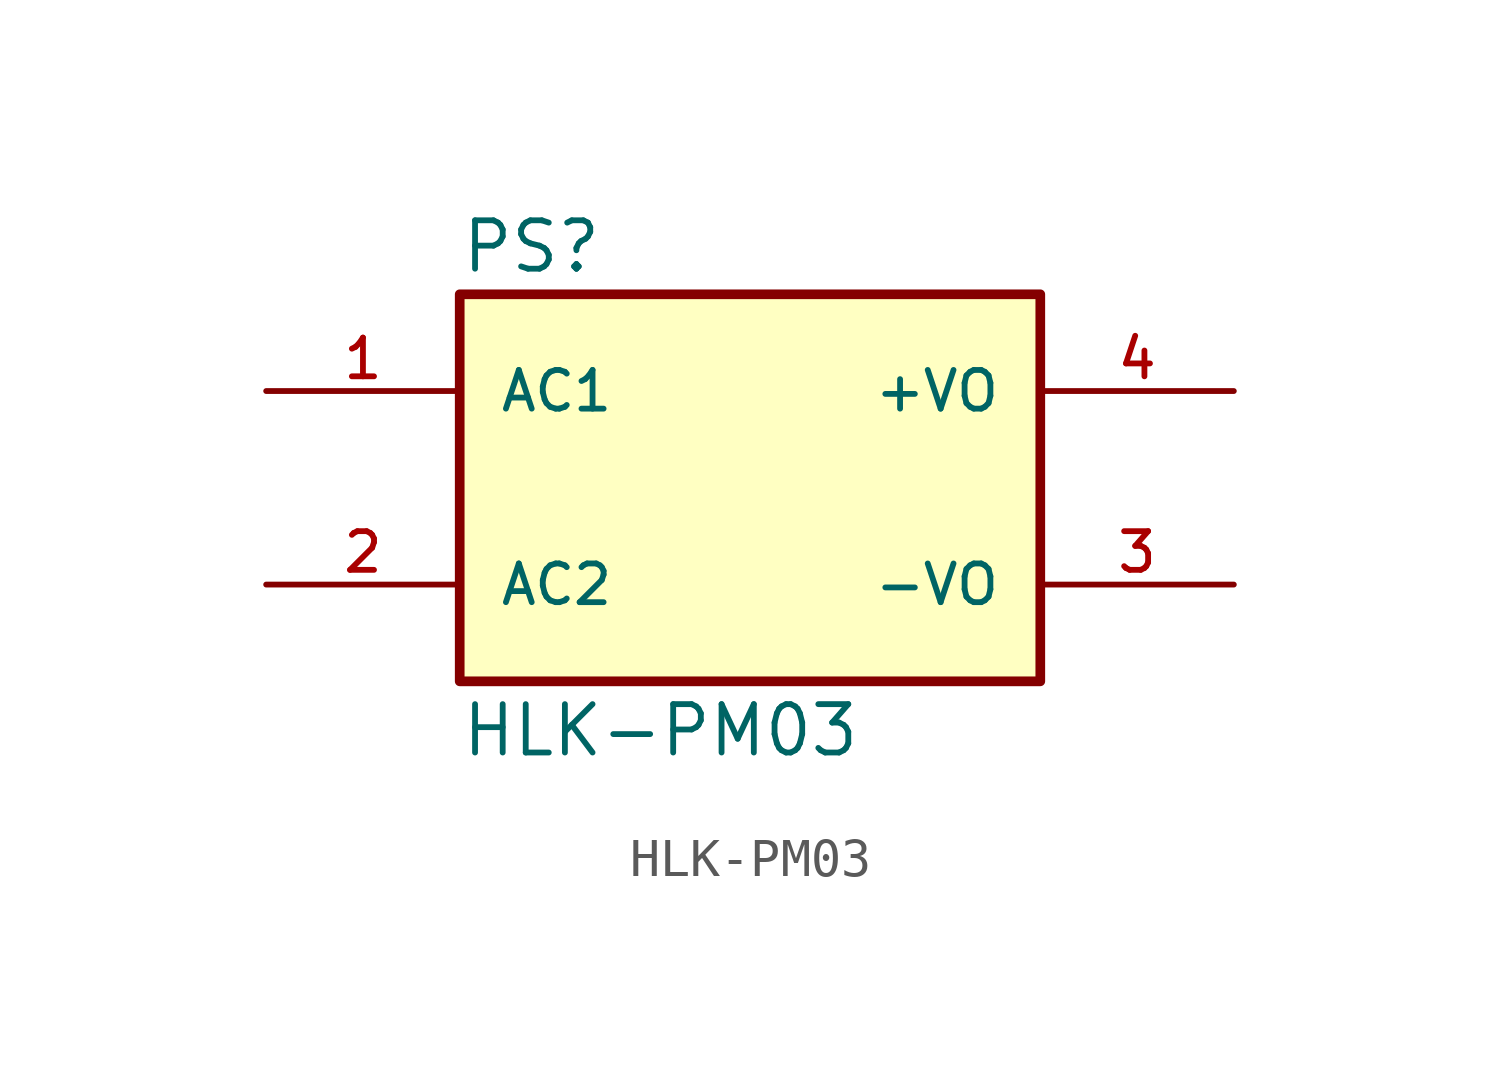
<source format=kicad_sym>
(kicad_symbol_lib
  (version 20211014)
  (generator kicad_symbol_editor)
  (symbol "HLK-PM03"
    (pin_names
      (offset 1.016))
    (property "Reference" "PS"
      (at -7.62 5.588 0)
      (effects (font (size 1.27 1.27)) (justify bottom left)))
    (property "Value" "HLK-PM03"
      (at -7.62 -7.112 0)
      (effects (font (size 1.27 1.27)) (justify bottom left)))
    (symbol "HLK-PM03_0_0"
      (rectangle (start -7.62 -5.08) (end 7.62 5.08) (stroke (width 0.254)) (fill (type background)))
      (pin input line (at -12.7 2.54 0) (length 5.08) (name "AC1" (effects (font (size 1.016 1.016)))) (number "1" (effects (font (size 1.016 1.016)))))
      (pin output line (at 12.7 -2.54 180.0) (length 5.08) (name "-VO" (effects (font (size 1.016 1.016)))) (number "3" (effects (font (size 1.016 1.016)))))
      (pin input line (at -12.7 -2.54 0) (length 5.08) (name "AC2" (effects (font (size 1.016 1.016)))) (number "2" (effects (font (size 1.016 1.016)))))
      (pin output line (at 12.7 2.54 180.0) (length 5.08) (name "+VO" (effects (font (size 1.016 1.016)))) (number "4" (effects (font (size 1.016 1.016))))))))
</source>
